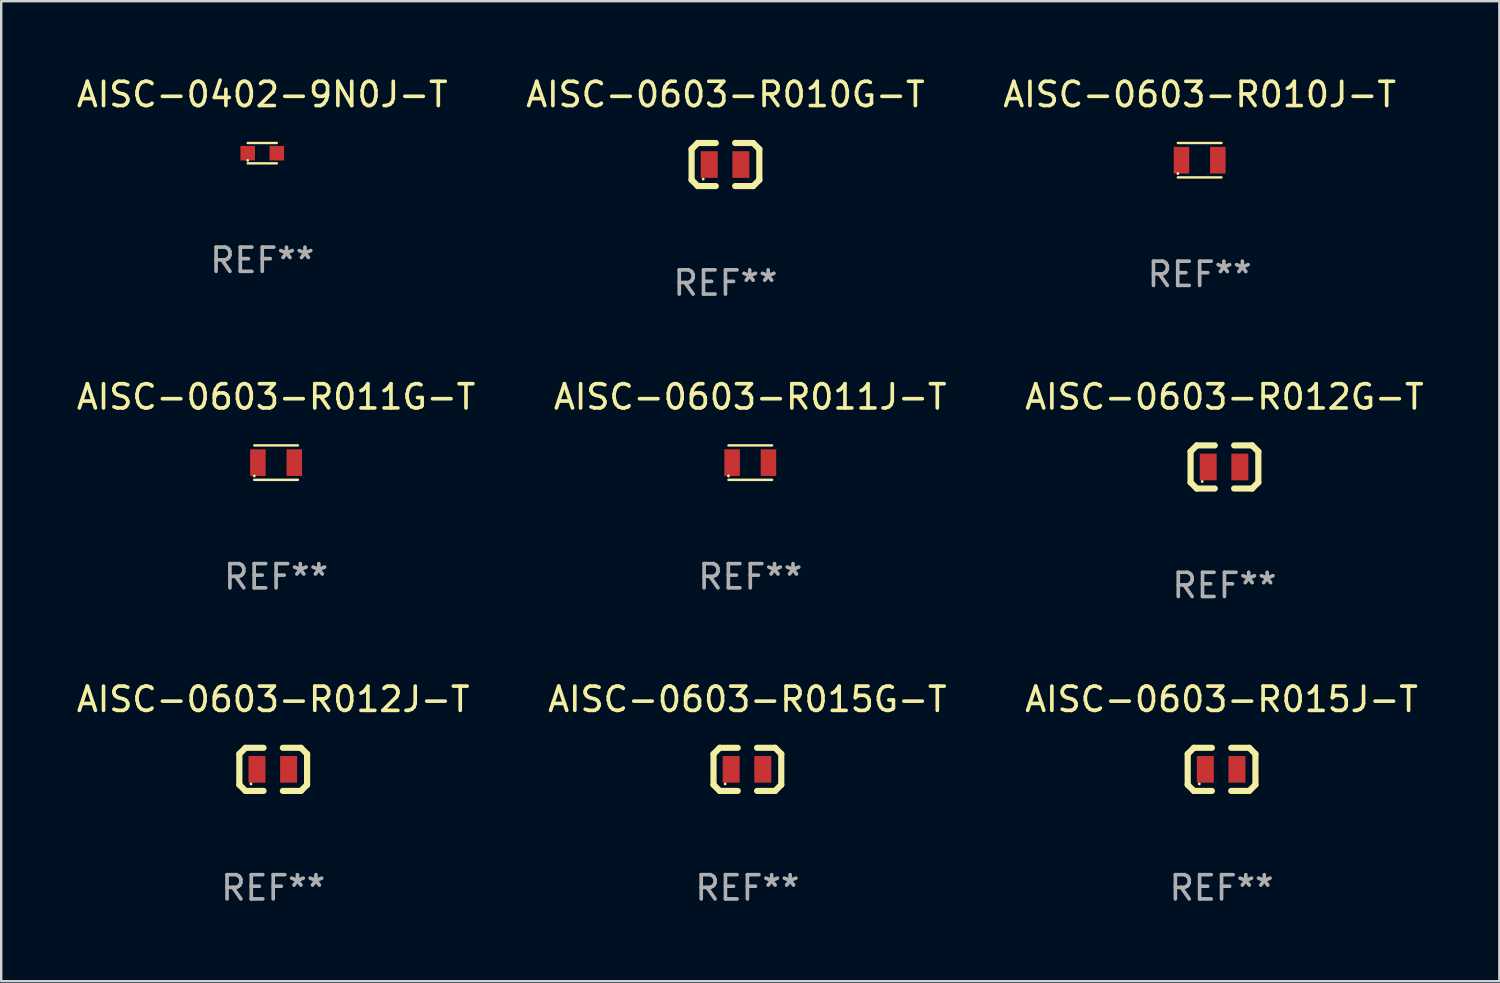
<source format=kicad_pcb>
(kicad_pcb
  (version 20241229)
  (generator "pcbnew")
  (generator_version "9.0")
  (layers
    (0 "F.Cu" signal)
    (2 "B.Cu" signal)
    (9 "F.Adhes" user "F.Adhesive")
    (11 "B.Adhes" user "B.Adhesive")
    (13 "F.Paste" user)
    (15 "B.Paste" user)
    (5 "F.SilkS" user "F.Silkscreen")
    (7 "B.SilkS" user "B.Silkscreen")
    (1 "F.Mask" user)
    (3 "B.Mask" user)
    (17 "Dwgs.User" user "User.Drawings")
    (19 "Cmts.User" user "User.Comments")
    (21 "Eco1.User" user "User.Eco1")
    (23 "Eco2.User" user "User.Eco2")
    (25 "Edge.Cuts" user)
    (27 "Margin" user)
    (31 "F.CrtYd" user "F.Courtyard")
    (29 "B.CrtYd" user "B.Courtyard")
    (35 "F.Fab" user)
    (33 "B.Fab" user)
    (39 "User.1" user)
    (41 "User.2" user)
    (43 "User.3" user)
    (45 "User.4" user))
  (footprint "AISC-0603-R015G-T"
    (layer "F.Cu")
    (at 27.78 28.686)
    (property "Reference" "AISC-0603-R015G-T" (at 0 -2.889 0) (layer "F.SilkS") (effects (font (size 1 1) (thickness 0.15))))
    (attr through_hole)
    (fp_line (start -1.397 -0.635) (end -1.397 0.635) (stroke (width 0.254) (type solid)) (layer "F.SilkS"))
    (fp_line (start -1.397 0.635) (end -1.143 0.889) (stroke (width 0.254) (type solid)) (layer "F.SilkS"))
    (fp_line (start -1.143 -0.889) (end -1.397 -0.635) (stroke (width 0.254) (type solid)) (layer "F.SilkS"))
    (fp_line (start -1.143 -0.889) (end -0.399 -0.889) (stroke (width 0.254) (type solid)) (layer "F.SilkS"))
    (fp_line (start -1.143 0.889) (end -0.399 0.889) (stroke (width 0.254) (type solid)) (layer "F.SilkS"))
    (fp_line (start 1.143 -0.889) (end 0.399 -0.889) (stroke (width 0.254) (type solid)) (layer "F.SilkS"))
    (fp_line (start 1.143 0.889) (end 0.399 0.889) (stroke (width 0.254) (type solid)) (layer "F.SilkS"))
    (fp_line (start 1.143 0.889) (end 1.397 0.635) (stroke (width 0.254) (type solid)) (layer "F.SilkS"))
    (fp_line (start 1.397 -0.635) (end 1.143 -0.889) (stroke (width 0.254) (type solid)) (layer "F.SilkS"))
    (fp_line (start 1.397 0.635) (end 1.397 -0.635) (stroke (width 0.254) (type solid)) (layer "F.SilkS"))
    (fp_circle (center -0.918 0.6) (end -0.888 0.6) (stroke (width 0.06) (type solid)) (fill no) (layer "F.SilkS"))
    (fp_text user "REF**" (at 0 4.889 0) (layer "F.Fab") (effects (font (size 1 1) (thickness 0.15))))
    (pad "1" smd rect (at -0.67 0) (size 0.7 1.1) (layers "F.Cu" "F.Mask" "F.Paste"))
    (pad "2" smd rect (at 0.635 0) (size 0.7 1.1) (layers "F.Cu" "F.Mask" "F.Paste")))
  (footprint "AISC-0603-R010J-T"
    (layer "F.Cu")
    (at 46.435 3.558)
    (property "Reference" "AISC-0603-R010J-T" (at 0 -2.71 0) (layer "F.SilkS") (effects (font (size 1 1) (thickness 0.15))))
    (attr through_hole)
    (fp_line (start -0.9 -0.71) (end 0.9 -0.71) (stroke (width 0.1) (type solid)) (layer "F.SilkS"))
    (fp_line (start 0.9 0.71) (end -0.9 0.71) (stroke (width 0.1) (type solid)) (layer "F.SilkS"))
    (fp_circle (center -0.9 0.55) (end -0.87 0.55) (stroke (width 0.06) (type solid)) (fill no) (layer "F.SilkS"))
    (fp_text user "REF**" (at 0 4.71 0) (layer "F.Fab") (effects (font (size 1 1) (thickness 0.15))))
    (pad "1" smd rect (at -0.75 0) (size 0.64 1.1) (layers "F.Cu" "F.Mask" "F.Paste"))
    (pad "2" smd rect (at 0.75 0) (size 0.64 1.1) (layers "F.Cu" "F.Mask" "F.Paste")))
  (footprint "AISC-0603-R012J-T"
    (layer "F.Cu")
    (at 8.22 28.686)
    (property "Reference" "AISC-0603-R012J-T" (at 0 -2.889 0) (layer "F.SilkS") (effects (font (size 1 1) (thickness 0.15))))
    (attr through_hole)
    (fp_line (start -1.397 -0.635) (end -1.397 0.635) (stroke (width 0.254) (type solid)) (layer "F.SilkS"))
    (fp_line (start -1.397 0.635) (end -1.143 0.889) (stroke (width 0.254) (type solid)) (layer "F.SilkS"))
    (fp_line (start -1.143 -0.889) (end -1.397 -0.635) (stroke (width 0.254) (type solid)) (layer "F.SilkS"))
    (fp_line (start -1.143 -0.889) (end -0.399 -0.889) (stroke (width 0.254) (type solid)) (layer "F.SilkS"))
    (fp_line (start -1.143 0.889) (end -0.399 0.889) (stroke (width 0.254) (type solid)) (layer "F.SilkS"))
    (fp_line (start 1.143 -0.889) (end 0.399 -0.889) (stroke (width 0.254) (type solid)) (layer "F.SilkS"))
    (fp_line (start 1.143 0.889) (end 0.399 0.889) (stroke (width 0.254) (type solid)) (layer "F.SilkS"))
    (fp_line (start 1.143 0.889) (end 1.397 0.635) (stroke (width 0.254) (type solid)) (layer "F.SilkS"))
    (fp_line (start 1.397 -0.635) (end 1.143 -0.889) (stroke (width 0.254) (type solid)) (layer "F.SilkS"))
    (fp_line (start 1.397 0.635) (end 1.397 -0.635) (stroke (width 0.254) (type solid)) (layer "F.SilkS"))
    (fp_circle (center -0.918 0.6) (end -0.888 0.6) (stroke (width 0.06) (type solid)) (fill no) (layer "F.SilkS"))
    (fp_text user "REF**" (at 0 4.889 0) (layer "F.Fab") (effects (font (size 1 1) (thickness 0.15))))
    (pad "1" smd rect (at -0.67 0) (size 0.7 1.1) (layers "F.Cu" "F.Mask" "F.Paste"))
    (pad "2" smd rect (at 0.635 0) (size 0.7 1.1) (layers "F.Cu" "F.Mask" "F.Paste")))
  (footprint "AISC-0603-R012G-T"
    (layer "F.Cu")
    (at 47.458 16.212)
    (property "Reference" "AISC-0603-R012G-T" (at 0 -2.889 0) (layer "F.SilkS") (effects (font (size 1 1) (thickness 0.15))))
    (attr through_hole)
    (fp_line (start -1.397 -0.635) (end -1.397 0.635) (stroke (width 0.254) (type solid)) (layer "F.SilkS"))
    (fp_line (start -1.397 0.635) (end -1.143 0.889) (stroke (width 0.254) (type solid)) (layer "F.SilkS"))
    (fp_line (start -1.143 -0.889) (end -1.397 -0.635) (stroke (width 0.254) (type solid)) (layer "F.SilkS"))
    (fp_line (start -1.143 -0.889) (end -0.399 -0.889) (stroke (width 0.254) (type solid)) (layer "F.SilkS"))
    (fp_line (start -1.143 0.889) (end -0.399 0.889) (stroke (width 0.254) (type solid)) (layer "F.SilkS"))
    (fp_line (start 1.143 -0.889) (end 0.399 -0.889) (stroke (width 0.254) (type solid)) (layer "F.SilkS"))
    (fp_line (start 1.143 0.889) (end 0.399 0.889) (stroke (width 0.254) (type solid)) (layer "F.SilkS"))
    (fp_line (start 1.143 0.889) (end 1.397 0.635) (stroke (width 0.254) (type solid)) (layer "F.SilkS"))
    (fp_line (start 1.397 -0.635) (end 1.143 -0.889) (stroke (width 0.254) (type solid)) (layer "F.SilkS"))
    (fp_line (start 1.397 0.635) (end 1.397 -0.635) (stroke (width 0.254) (type solid)) (layer "F.SilkS"))
    (fp_circle (center -0.918 0.6) (end -0.888 0.6) (stroke (width 0.06) (type solid)) (fill no) (layer "F.SilkS"))
    (fp_text user "REF**" (at 0 4.889 0) (layer "F.Fab") (effects (font (size 1 1) (thickness 0.15))))
    (pad "1" smd rect (at -0.67 0) (size 0.7 1.1) (layers "F.Cu" "F.Mask" "F.Paste"))
    (pad "2" smd rect (at 0.635 0) (size 0.7 1.1) (layers "F.Cu" "F.Mask" "F.Paste")))
  (footprint "AISC-0603-R011G-T"
    (layer "F.Cu")
    (at 8.339 16.033)
    (property "Reference" "AISC-0603-R011G-T" (at 0 -2.71 0) (layer "F.SilkS") (effects (font (size 1 1) (thickness 0.15))))
    (attr through_hole)
    (fp_line (start -0.9 -0.71) (end 0.9 -0.71) (stroke (width 0.1) (type solid)) (layer "F.SilkS"))
    (fp_line (start 0.9 0.71) (end -0.9 0.71) (stroke (width 0.1) (type solid)) (layer "F.SilkS"))
    (fp_circle (center -0.9 0.55) (end -0.87 0.55) (stroke (width 0.06) (type solid)) (fill no) (layer "F.SilkS"))
    (fp_text user "REF**" (at 0 4.71 0) (layer "F.Fab") (effects (font (size 1 1) (thickness 0.15))))
    (pad "1" smd rect (at -0.75 0) (size 0.64 1.1) (layers "F.Cu" "F.Mask" "F.Paste"))
    (pad "2" smd rect (at 0.75 0) (size 0.64 1.1) (layers "F.Cu" "F.Mask" "F.Paste")))
  (footprint "AISC-0603-R015J-T"
    (layer "F.Cu")
    (at 47.339 28.686)
    (property "Reference" "AISC-0603-R015J-T" (at 0 -2.889 0) (layer "F.SilkS") (effects (font (size 1 1) (thickness 0.15))))
    (attr through_hole)
    (fp_line (start -1.397 -0.635) (end -1.397 0.635) (stroke (width 0.254) (type solid)) (layer "F.SilkS"))
    (fp_line (start -1.397 0.635) (end -1.143 0.889) (stroke (width 0.254) (type solid)) (layer "F.SilkS"))
    (fp_line (start -1.143 -0.889) (end -1.397 -0.635) (stroke (width 0.254) (type solid)) (layer "F.SilkS"))
    (fp_line (start -1.143 -0.889) (end -0.399 -0.889) (stroke (width 0.254) (type solid)) (layer "F.SilkS"))
    (fp_line (start -1.143 0.889) (end -0.399 0.889) (stroke (width 0.254) (type solid)) (layer "F.SilkS"))
    (fp_line (start 1.143 -0.889) (end 0.399 -0.889) (stroke (width 0.254) (type solid)) (layer "F.SilkS"))
    (fp_line (start 1.143 0.889) (end 0.399 0.889) (stroke (width 0.254) (type solid)) (layer "F.SilkS"))
    (fp_line (start 1.143 0.889) (end 1.397 0.635) (stroke (width 0.254) (type solid)) (layer "F.SilkS"))
    (fp_line (start 1.397 -0.635) (end 1.143 -0.889) (stroke (width 0.254) (type solid)) (layer "F.SilkS"))
    (fp_line (start 1.397 0.635) (end 1.397 -0.635) (stroke (width 0.254) (type solid)) (layer "F.SilkS"))
    (fp_circle (center -0.918 0.6) (end -0.888 0.6) (stroke (width 0.06) (type solid)) (fill no) (layer "F.SilkS"))
    (fp_text user "REF**" (at 0 4.889 0) (layer "F.Fab") (effects (font (size 1 1) (thickness 0.15))))
    (pad "1" smd rect (at -0.67 0) (size 0.7 1.1) (layers "F.Cu" "F.Mask" "F.Paste"))
    (pad "2" smd rect (at 0.635 0) (size 0.7 1.1) (layers "F.Cu" "F.Mask" "F.Paste")))
  (footprint "AISC-0603-R010G-T"
    (layer "F.Cu")
    (at 26.875 3.737)
    (property "Reference" "AISC-0603-R010G-T" (at 0 -2.889 0) (layer "F.SilkS") (effects (font (size 1 1) (thickness 0.15))))
    (attr through_hole)
    (fp_line (start -1.397 -0.635) (end -1.397 0.635) (stroke (width 0.254) (type solid)) (layer "F.SilkS"))
    (fp_line (start -1.397 0.635) (end -1.143 0.889) (stroke (width 0.254) (type solid)) (layer "F.SilkS"))
    (fp_line (start -1.143 -0.889) (end -1.397 -0.635) (stroke (width 0.254) (type solid)) (layer "F.SilkS"))
    (fp_line (start -1.143 -0.889) (end -0.399 -0.889) (stroke (width 0.254) (type solid)) (layer "F.SilkS"))
    (fp_line (start -1.143 0.889) (end -0.399 0.889) (stroke (width 0.254) (type solid)) (layer "F.SilkS"))
    (fp_line (start 1.143 -0.889) (end 0.399 -0.889) (stroke (width 0.254) (type solid)) (layer "F.SilkS"))
    (fp_line (start 1.143 0.889) (end 0.399 0.889) (stroke (width 0.254) (type solid)) (layer "F.SilkS"))
    (fp_line (start 1.143 0.889) (end 1.397 0.635) (stroke (width 0.254) (type solid)) (layer "F.SilkS"))
    (fp_line (start 1.397 -0.635) (end 1.143 -0.889) (stroke (width 0.254) (type solid)) (layer "F.SilkS"))
    (fp_line (start 1.397 0.635) (end 1.397 -0.635) (stroke (width 0.254) (type solid)) (layer "F.SilkS"))
    (fp_circle (center -0.918 0.6) (end -0.888 0.6) (stroke (width 0.06) (type solid)) (fill no) (layer "F.SilkS"))
    (fp_text user "REF**" (at 0 4.889 0) (layer "F.Fab") (effects (font (size 1 1) (thickness 0.15))))
    (pad "1" smd rect (at -0.67 0) (size 0.7 1.1) (layers "F.Cu" "F.Mask" "F.Paste"))
    (pad "2" smd rect (at 0.635 0) (size 0.7 1.1) (layers "F.Cu" "F.Mask" "F.Paste")))
  (footprint "AISC-0603-R011J-T"
    (layer "F.Cu")
    (at 27.899 16.033)
    (property "Reference" "AISC-0603-R011J-T" (at 0 -2.71 0) (layer "F.SilkS") (effects (font (size 1 1) (thickness 0.15))))
    (attr through_hole)
    (fp_line (start -0.9 -0.71) (end 0.9 -0.71) (stroke (width 0.1) (type solid)) (layer "F.SilkS"))
    (fp_line (start 0.9 0.71) (end -0.9 0.71) (stroke (width 0.1) (type solid)) (layer "F.SilkS"))
    (fp_circle (center -0.9 0.55) (end -0.87 0.55) (stroke (width 0.06) (type solid)) (fill no) (layer "F.SilkS"))
    (fp_text user "REF**" (at 0 4.71 0) (layer "F.Fab") (effects (font (size 1 1) (thickness 0.15))))
    (pad "1" smd rect (at -0.75 0) (size 0.64 1.1) (layers "F.Cu" "F.Mask" "F.Paste"))
    (pad "2" smd rect (at 0.75 0) (size 0.64 1.1) (layers "F.Cu" "F.Mask" "F.Paste")))
  (footprint "AISC-0402-9N0J-T"
    (layer "F.Cu")
    (at 7.768 3.268)
    (property "Reference" "AISC-0402-9N0J-T" (at 0 -2.42 0) (layer "F.SilkS") (effects (font (size 1 1) (thickness 0.15))))
    (attr through_hole)
    (fp_line (start -0.6 -0.42) (end 0.6 -0.42) (stroke (width 0.1) (type solid)) (layer "F.SilkS"))
    (fp_line (start -0.6 0.42) (end 0.6 0.42) (stroke (width 0.1) (type solid)) (layer "F.SilkS"))
    (fp_circle (center -0.6 0.3) (end -0.57 0.3) (stroke (width 0.06) (type solid)) (fill no) (layer "F.SilkS"))
    (fp_text user "REF**" (at 0 4.42 0) (layer "F.Fab") (effects (font (size 1 1) (thickness 0.15))))
    (pad "1" smd rect (at -0.6 0) (size 0.6 0.6) (layers "F.Cu" "F.Mask" "F.Paste"))
    (pad "2" smd rect (at 0.6 0) (size 0.6 0.6) (layers "F.Cu" "F.Mask" "F.Paste")))
  (gr_rect
    (start -3 -3)
    (end 58.798 37.424)
    (stroke (width 0.1) (type default))
    (fill no)
    (layer "Edge.Cuts")))
</source>
